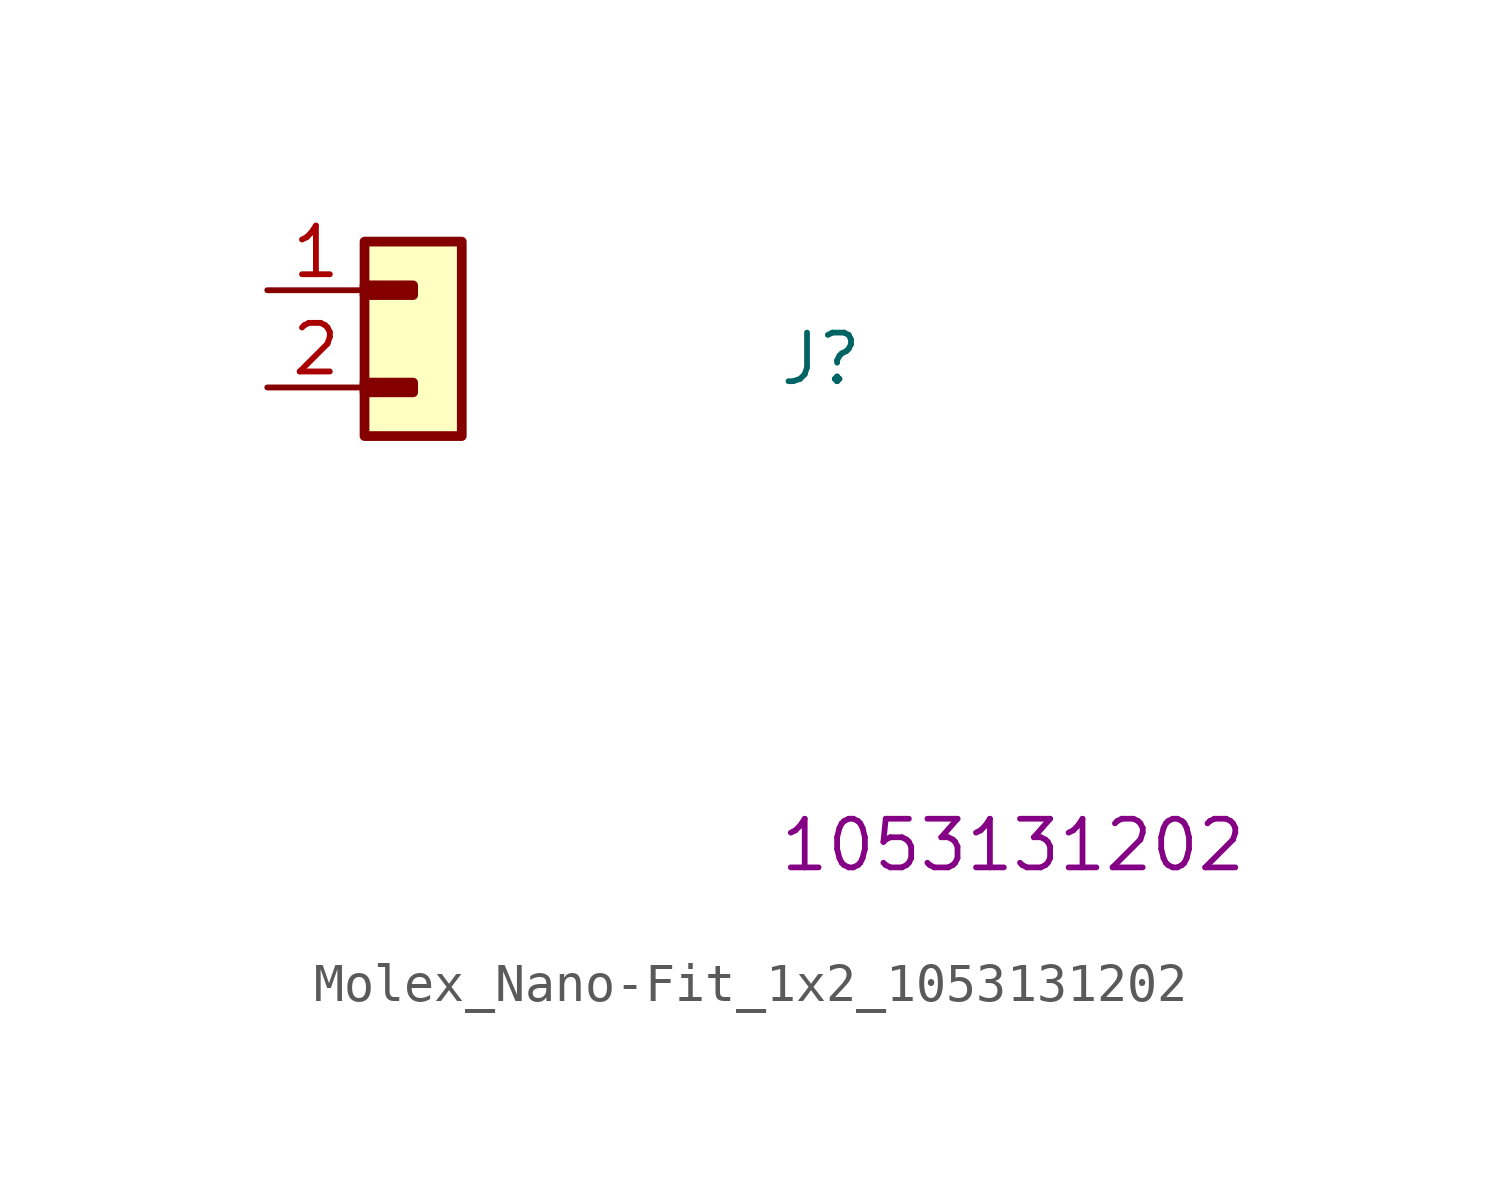
<source format=kicad_sym>
(kicad_symbol_lib
  (version 20220914)
  (generator kicad_symbol_editor)
  (symbol "Molex_Nano-Fit_1x2_1053131202"
    (property "Reference" "J"
      (at 13.335 -2.54 0)
      (effects (font (size 1.27 1.27) (thickness 0.15)) (justify left bottom)))
    (property "MPN" "1053131202"
      (at 13.335 -15.24 0)
      (effects (font (size 1.27 1.27) (thickness 0.15)) (justify left bottom)))
    (symbol "Molex_Nano-Fit_1x2_1053131202_1_1"
      (rectangle (start 2.54 -2.413) (end 3.81 -2.667) (stroke (width 0.254) (type default)) (fill (type background)))
      (rectangle (start 2.54 0.127) (end 3.81 -0.127) (stroke (width 0.254) (type default)) (fill (type background)))
      (rectangle (start 2.54 1.27) (end 5.08 -3.81) (stroke (width 0.254) (type default)) (fill (type background)))
      (pin input line (at 0 0 0) (length 2.54) (name "~" (effects (font (size 1.27 1.27)))) (number "1" (effects (font (size 1.27 1.27)))))
      (pin input line (at 0 -2.54 0) (length 2.54) (name "~" (effects (font (size 1.27 1.27)))) (number "2" (effects (font (size 1.27 1.27))))))))
</source>
